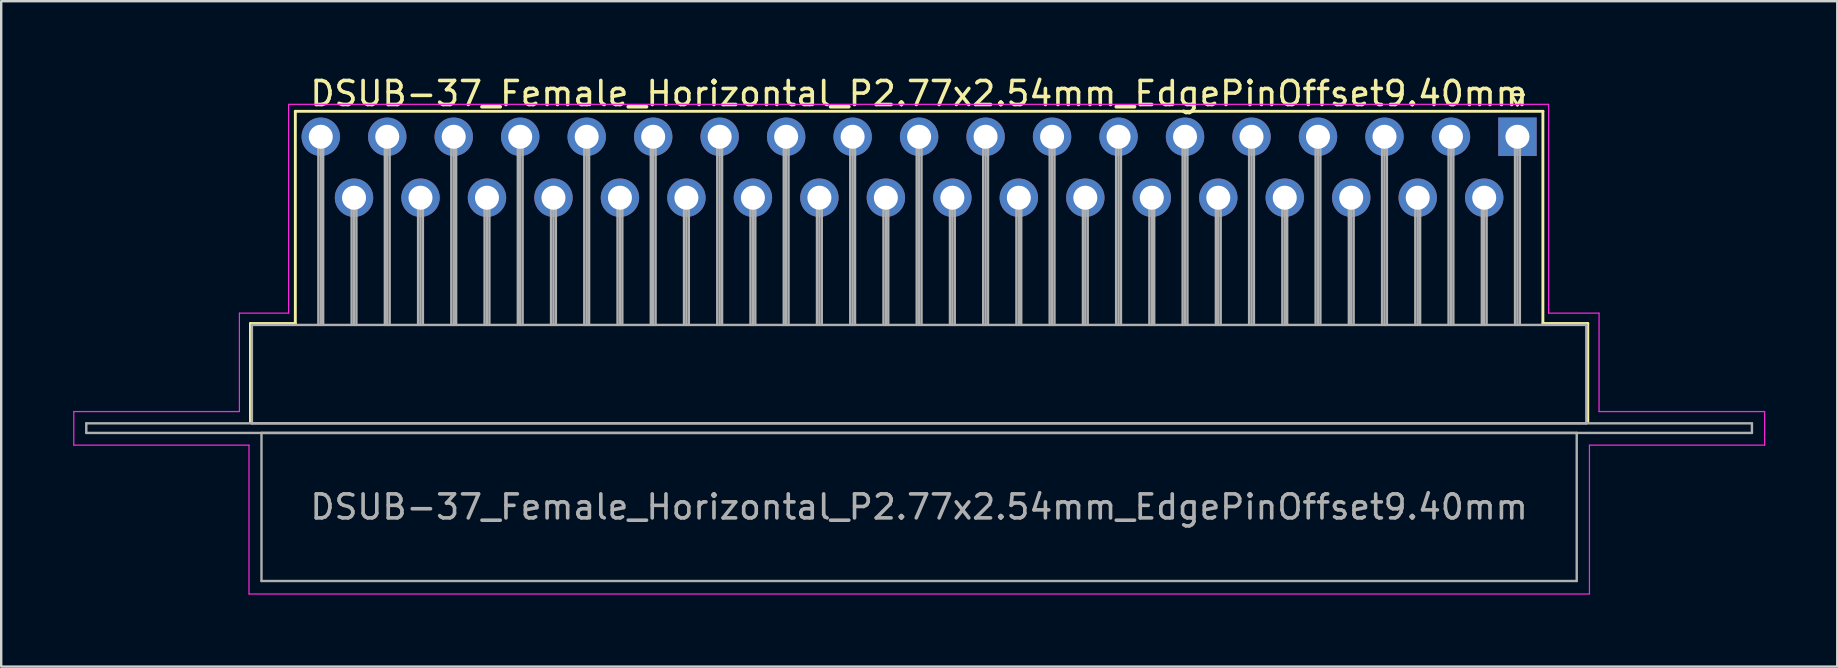
<source format=kicad_pcb>
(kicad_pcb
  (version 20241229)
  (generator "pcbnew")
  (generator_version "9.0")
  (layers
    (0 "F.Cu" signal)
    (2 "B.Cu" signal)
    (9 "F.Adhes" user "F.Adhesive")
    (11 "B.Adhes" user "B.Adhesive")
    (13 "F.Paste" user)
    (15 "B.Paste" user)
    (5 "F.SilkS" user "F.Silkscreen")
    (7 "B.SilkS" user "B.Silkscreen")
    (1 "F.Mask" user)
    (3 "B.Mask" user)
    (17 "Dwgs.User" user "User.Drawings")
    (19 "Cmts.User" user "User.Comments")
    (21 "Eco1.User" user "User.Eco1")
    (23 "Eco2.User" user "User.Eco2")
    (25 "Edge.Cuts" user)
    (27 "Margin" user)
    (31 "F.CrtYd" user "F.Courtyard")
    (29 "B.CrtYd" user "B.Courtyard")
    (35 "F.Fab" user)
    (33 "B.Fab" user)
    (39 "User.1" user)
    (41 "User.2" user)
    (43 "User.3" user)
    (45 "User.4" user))
  (footprint "DSUB-37_Female_Horizontal_P2.77x2.54mm_EdgePinOffset9.40mm"
    (layer "F.Cu")
    (at 60.175 2.648)
    (property "Reference" "DSUB-37_Female_Horizontal_P2.77x2.54mm_EdgePinOffset9.40mm" (at -24.93 -1.8 0) (layer "F.SilkS") (effects (font (size 1 1) (thickness 0.15))))
    (attr through_hole)
    (fp_line (start -52.79 7.78) (end -50.92 7.78) (stroke (width 0.12) (type solid)) (layer "F.SilkS"))
    (fp_line (start -52.79 11.88) (end -52.79 7.78) (stroke (width 0.12) (type solid)) (layer "F.SilkS"))
    (fp_line (start -50.92 -1.06) (end 1.06 -1.06) (stroke (width 0.12) (type solid)) (layer "F.SilkS"))
    (fp_line (start -50.92 7.78) (end -50.92 -1.06) (stroke (width 0.12) (type solid)) (layer "F.SilkS"))
    (fp_line (start -0.25 -1.754) (end 0.25 -1.754) (stroke (width 0.12) (type solid)) (layer "F.SilkS"))
    (fp_line (start 0 -1.321) (end -0.25 -1.754) (stroke (width 0.12) (type solid)) (layer "F.SilkS"))
    (fp_line (start 0.25 -1.754) (end 0 -1.321) (stroke (width 0.12) (type solid)) (layer "F.SilkS"))
    (fp_line (start 1.06 -1.06) (end 1.06 7.78) (stroke (width 0.12) (type solid)) (layer "F.SilkS"))
    (fp_line (start 1.06 7.78) (end 2.93 7.78) (stroke (width 0.12) (type solid)) (layer "F.SilkS"))
    (fp_line (start 2.93 7.78) (end 2.93 11.88) (stroke (width 0.12) (type solid)) (layer "F.SilkS"))
    (fp_line (start -60.15 11.45) (end -53.25 11.45) (stroke (width 0.05) (type solid)) (layer "F.CrtYd"))
    (fp_line (start -60.15 12.85) (end -60.15 11.45) (stroke (width 0.05) (type solid)) (layer "F.CrtYd"))
    (fp_line (start -53.25 7.35) (end -51.2 7.35) (stroke (width 0.05) (type solid)) (layer "F.CrtYd"))
    (fp_line (start -53.25 11.45) (end -53.25 7.35) (stroke (width 0.05) (type solid)) (layer "F.CrtYd"))
    (fp_line (start -52.85 12.85) (end -60.15 12.85) (stroke (width 0.05) (type solid)) (layer "F.CrtYd"))
    (fp_line (start -52.85 19.05) (end -52.85 12.85) (stroke (width 0.05) (type solid)) (layer "F.CrtYd"))
    (fp_line (start -51.2 -1.35) (end 1.3 -1.35) (stroke (width 0.05) (type solid)) (layer "F.CrtYd"))
    (fp_line (start -51.2 7.35) (end -51.2 -1.35) (stroke (width 0.05) (type solid)) (layer "F.CrtYd"))
    (fp_line (start 1.3 -1.35) (end 1.3 7.35) (stroke (width 0.05) (type solid)) (layer "F.CrtYd"))
    (fp_line (start 1.3 7.35) (end 3.4 7.35) (stroke (width 0.05) (type solid)) (layer "F.CrtYd"))
    (fp_line (start 3 12.85) (end 3 19.05) (stroke (width 0.05) (type solid)) (layer "F.CrtYd"))
    (fp_line (start 3 19.05) (end -52.85 19.05) (stroke (width 0.05) (type solid)) (layer "F.CrtYd"))
    (fp_line (start 3.4 7.35) (end 3.4 11.45) (stroke (width 0.05) (type solid)) (layer "F.CrtYd"))
    (fp_line (start 3.4 11.45) (end 10.3 11.45) (stroke (width 0.05) (type solid)) (layer "F.CrtYd"))
    (fp_line (start 10.3 11.45) (end 10.3 12.85) (stroke (width 0.05) (type solid)) (layer "F.CrtYd"))
    (fp_line (start 10.3 12.85) (end 3 12.85) (stroke (width 0.05) (type solid)) (layer "F.CrtYd"))
    (fp_line (start -59.63 11.94) (end -59.63 12.34) (stroke (width 0.1) (type solid)) (layer "F.Fab"))
    (fp_line (start -59.63 12.34) (end 9.77 12.34) (stroke (width 0.1) (type solid)) (layer "F.Fab"))
    (fp_line (start -52.73 7.84) (end -52.73 11.94) (stroke (width 0.1) (type solid)) (layer "F.Fab"))
    (fp_line (start -52.73 11.94) (end 2.87 11.94) (stroke (width 0.1) (type solid)) (layer "F.Fab"))
    (fp_line (start -52.33 12.34) (end -52.33 18.51) (stroke (width 0.1) (type solid)) (layer "F.Fab"))
    (fp_line (start -52.33 18.51) (end 2.47 18.51) (stroke (width 0.1) (type solid)) (layer "F.Fab"))
    (fp_line (start -49.96 0) (end -49.96 7.84) (stroke (width 0.1) (type solid)) (layer "F.Fab"))
    (fp_line (start -49.86 0) (end -49.86 7.84) (stroke (width 0.1) (type solid)) (layer "F.Fab"))
    (fp_line (start -49.76 0) (end -49.76 7.84) (stroke (width 0.1) (type solid)) (layer "F.Fab"))
    (fp_line (start -48.575 2.54) (end -48.575 7.84) (stroke (width 0.1) (type solid)) (layer "F.Fab"))
    (fp_line (start -48.475 2.54) (end -48.475 7.84) (stroke (width 0.1) (type solid)) (layer "F.Fab"))
    (fp_line (start -48.375 2.54) (end -48.375 7.84) (stroke (width 0.1) (type solid)) (layer "F.Fab"))
    (fp_line (start -47.19 0) (end -47.19 7.84) (stroke (width 0.1) (type solid)) (layer "F.Fab"))
    (fp_line (start -47.09 0) (end -47.09 7.84) (stroke (width 0.1) (type solid)) (layer "F.Fab"))
    (fp_line (start -46.99 0) (end -46.99 7.84) (stroke (width 0.1) (type solid)) (layer "F.Fab"))
    (fp_line (start -45.805 2.54) (end -45.805 7.84) (stroke (width 0.1) (type solid)) (layer "F.Fab"))
    (fp_line (start -45.705 2.54) (end -45.705 7.84) (stroke (width 0.1) (type solid)) (layer "F.Fab"))
    (fp_line (start -45.605 2.54) (end -45.605 7.84) (stroke (width 0.1) (type solid)) (layer "F.Fab"))
    (fp_line (start -44.42 0) (end -44.42 7.84) (stroke (width 0.1) (type solid)) (layer "F.Fab"))
    (fp_line (start -44.32 0) (end -44.32 7.84) (stroke (width 0.1) (type solid)) (layer "F.Fab"))
    (fp_line (start -44.22 0) (end -44.22 7.84) (stroke (width 0.1) (type solid)) (layer "F.Fab"))
    (fp_line (start -43.035 2.54) (end -43.035 7.84) (stroke (width 0.1) (type solid)) (layer "F.Fab"))
    (fp_line (start -42.935 2.54) (end -42.935 7.84) (stroke (width 0.1) (type solid)) (layer "F.Fab"))
    (fp_line (start -42.835 2.54) (end -42.835 7.84) (stroke (width 0.1) (type solid)) (layer "F.Fab"))
    (fp_line (start -41.65 0) (end -41.65 7.84) (stroke (width 0.1) (type solid)) (layer "F.Fab"))
    (fp_line (start -41.55 0) (end -41.55 7.84) (stroke (width 0.1) (type solid)) (layer "F.Fab"))
    (fp_line (start -41.45 0) (end -41.45 7.84) (stroke (width 0.1) (type solid)) (layer "F.Fab"))
    (fp_line (start -40.265 2.54) (end -40.265 7.84) (stroke (width 0.1) (type solid)) (layer "F.Fab"))
    (fp_line (start -40.165 2.54) (end -40.165 7.84) (stroke (width 0.1) (type solid)) (layer "F.Fab"))
    (fp_line (start -40.065 2.54) (end -40.065 7.84) (stroke (width 0.1) (type solid)) (layer "F.Fab"))
    (fp_line (start -38.88 0) (end -38.88 7.84) (stroke (width 0.1) (type solid)) (layer "F.Fab"))
    (fp_line (start -38.78 0) (end -38.78 7.84) (stroke (width 0.1) (type solid)) (layer "F.Fab"))
    (fp_line (start -38.68 0) (end -38.68 7.84) (stroke (width 0.1) (type solid)) (layer "F.Fab"))
    (fp_line (start -37.495 2.54) (end -37.495 7.84) (stroke (width 0.1) (type solid)) (layer "F.Fab"))
    (fp_line (start -37.395 2.54) (end -37.395 7.84) (stroke (width 0.1) (type solid)) (layer "F.Fab"))
    (fp_line (start -37.295 2.54) (end -37.295 7.84) (stroke (width 0.1) (type solid)) (layer "F.Fab"))
    (fp_line (start -36.11 0) (end -36.11 7.84) (stroke (width 0.1) (type solid)) (layer "F.Fab"))
    (fp_line (start -36.01 0) (end -36.01 7.84) (stroke (width 0.1) (type solid)) (layer "F.Fab"))
    (fp_line (start -35.91 0) (end -35.91 7.84) (stroke (width 0.1) (type solid)) (layer "F.Fab"))
    (fp_line (start -34.725 2.54) (end -34.725 7.84) (stroke (width 0.1) (type solid)) (layer "F.Fab"))
    (fp_line (start -34.625 2.54) (end -34.625 7.84) (stroke (width 0.1) (type solid)) (layer "F.Fab"))
    (fp_line (start -34.525 2.54) (end -34.525 7.84) (stroke (width 0.1) (type solid)) (layer "F.Fab"))
    (fp_line (start -33.34 0) (end -33.34 7.84) (stroke (width 0.1) (type solid)) (layer "F.Fab"))
    (fp_line (start -33.24 0) (end -33.24 7.84) (stroke (width 0.1) (type solid)) (layer "F.Fab"))
    (fp_line (start -33.14 0) (end -33.14 7.84) (stroke (width 0.1) (type solid)) (layer "F.Fab"))
    (fp_line (start -31.955 2.54) (end -31.955 7.84) (stroke (width 0.1) (type solid)) (layer "F.Fab"))
    (fp_line (start -31.855 2.54) (end -31.855 7.84) (stroke (width 0.1) (type solid)) (layer "F.Fab"))
    (fp_line (start -31.755 2.54) (end -31.755 7.84) (stroke (width 0.1) (type solid)) (layer "F.Fab"))
    (fp_line (start -30.57 0) (end -30.57 7.84) (stroke (width 0.1) (type solid)) (layer "F.Fab"))
    (fp_line (start -30.47 0) (end -30.47 7.84) (stroke (width 0.1) (type solid)) (layer "F.Fab"))
    (fp_line (start -30.37 0) (end -30.37 7.84) (stroke (width 0.1) (type solid)) (layer "F.Fab"))
    (fp_line (start -29.185 2.54) (end -29.185 7.84) (stroke (width 0.1) (type solid)) (layer "F.Fab"))
    (fp_line (start -29.085 2.54) (end -29.085 7.84) (stroke (width 0.1) (type solid)) (layer "F.Fab"))
    (fp_line (start -28.985 2.54) (end -28.985 7.84) (stroke (width 0.1) (type solid)) (layer "F.Fab"))
    (fp_line (start -27.8 0) (end -27.8 7.84) (stroke (width 0.1) (type solid)) (layer "F.Fab"))
    (fp_line (start -27.7 0) (end -27.7 7.84) (stroke (width 0.1) (type solid)) (layer "F.Fab"))
    (fp_line (start -27.6 0) (end -27.6 7.84) (stroke (width 0.1) (type solid)) (layer "F.Fab"))
    (fp_line (start -26.415 2.54) (end -26.415 7.84) (stroke (width 0.1) (type solid)) (layer "F.Fab"))
    (fp_line (start -26.315 2.54) (end -26.315 7.84) (stroke (width 0.1) (type solid)) (layer "F.Fab"))
    (fp_line (start -26.215 2.54) (end -26.215 7.84) (stroke (width 0.1) (type solid)) (layer "F.Fab"))
    (fp_line (start -25.03 0) (end -25.03 7.84) (stroke (width 0.1) (type solid)) (layer "F.Fab"))
    (fp_line (start -24.93 0) (end -24.93 7.84) (stroke (width 0.1) (type solid)) (layer "F.Fab"))
    (fp_line (start -24.83 0) (end -24.83 7.84) (stroke (width 0.1) (type solid)) (layer "F.Fab"))
    (fp_line (start -23.645 2.54) (end -23.645 7.84) (stroke (width 0.1) (type solid)) (layer "F.Fab"))
    (fp_line (start -23.545 2.54) (end -23.545 7.84) (stroke (width 0.1) (type solid)) (layer "F.Fab"))
    (fp_line (start -23.445 2.54) (end -23.445 7.84) (stroke (width 0.1) (type solid)) (layer "F.Fab"))
    (fp_line (start -22.26 0) (end -22.26 7.84) (stroke (width 0.1) (type solid)) (layer "F.Fab"))
    (fp_line (start -22.16 0) (end -22.16 7.84) (stroke (width 0.1) (type solid)) (layer "F.Fab"))
    (fp_line (start -22.06 0) (end -22.06 7.84) (stroke (width 0.1) (type solid)) (layer "F.Fab"))
    (fp_line (start -20.875 2.54) (end -20.875 7.84) (stroke (width 0.1) (type solid)) (layer "F.Fab"))
    (fp_line (start -20.775 2.54) (end -20.775 7.84) (stroke (width 0.1) (type solid)) (layer "F.Fab"))
    (fp_line (start -20.675 2.54) (end -20.675 7.84) (stroke (width 0.1) (type solid)) (layer "F.Fab"))
    (fp_line (start -19.49 0) (end -19.49 7.84) (stroke (width 0.1) (type solid)) (layer "F.Fab"))
    (fp_line (start -19.39 0) (end -19.39 7.84) (stroke (width 0.1) (type solid)) (layer "F.Fab"))
    (fp_line (start -19.29 0) (end -19.29 7.84) (stroke (width 0.1) (type solid)) (layer "F.Fab"))
    (fp_line (start -18.105 2.54) (end -18.105 7.84) (stroke (width 0.1) (type solid)) (layer "F.Fab"))
    (fp_line (start -18.005 2.54) (end -18.005 7.84) (stroke (width 0.1) (type solid)) (layer "F.Fab"))
    (fp_line (start -17.905 2.54) (end -17.905 7.84) (stroke (width 0.1) (type solid)) (layer "F.Fab"))
    (fp_line (start -16.72 0) (end -16.72 7.84) (stroke (width 0.1) (type solid)) (layer "F.Fab"))
    (fp_line (start -16.62 0) (end -16.62 7.84) (stroke (width 0.1) (type solid)) (layer "F.Fab"))
    (fp_line (start -16.52 0) (end -16.52 7.84) (stroke (width 0.1) (type solid)) (layer "F.Fab"))
    (fp_line (start -15.335 2.54) (end -15.335 7.84) (stroke (width 0.1) (type solid)) (layer "F.Fab"))
    (fp_line (start -15.235 2.54) (end -15.235 7.84) (stroke (width 0.1) (type solid)) (layer "F.Fab"))
    (fp_line (start -15.135 2.54) (end -15.135 7.84) (stroke (width 0.1) (type solid)) (layer "F.Fab"))
    (fp_line (start -13.95 0) (end -13.95 7.84) (stroke (width 0.1) (type solid)) (layer "F.Fab"))
    (fp_line (start -13.85 0) (end -13.85 7.84) (stroke (width 0.1) (type solid)) (layer "F.Fab"))
    (fp_line (start -13.75 0) (end -13.75 7.84) (stroke (width 0.1) (type solid)) (layer "F.Fab"))
    (fp_line (start -12.565 2.54) (end -12.565 7.84) (stroke (width 0.1) (type solid)) (layer "F.Fab"))
    (fp_line (start -12.465 2.54) (end -12.465 7.84) (stroke (width 0.1) (type solid)) (layer "F.Fab"))
    (fp_line (start -12.365 2.54) (end -12.365 7.84) (stroke (width 0.1) (type solid)) (layer "F.Fab"))
    (fp_line (start -11.18 0) (end -11.18 7.84) (stroke (width 0.1) (type solid)) (layer "F.Fab"))
    (fp_line (start -11.08 0) (end -11.08 7.84) (stroke (width 0.1) (type solid)) (layer "F.Fab"))
    (fp_line (start -10.98 0) (end -10.98 7.84) (stroke (width 0.1) (type solid)) (layer "F.Fab"))
    (fp_line (start -9.795 2.54) (end -9.795 7.84) (stroke (width 0.1) (type solid)) (layer "F.Fab"))
    (fp_line (start -9.695 2.54) (end -9.695 7.84) (stroke (width 0.1) (type solid)) (layer "F.Fab"))
    (fp_line (start -9.595 2.54) (end -9.595 7.84) (stroke (width 0.1) (type solid)) (layer "F.Fab"))
    (fp_line (start -8.41 0) (end -8.41 7.84) (stroke (width 0.1) (type solid)) (layer "F.Fab"))
    (fp_line (start -8.31 0) (end -8.31 7.84) (stroke (width 0.1) (type solid)) (layer "F.Fab"))
    (fp_line (start -8.21 0) (end -8.21 7.84) (stroke (width 0.1) (type solid)) (layer "F.Fab"))
    (fp_line (start -7.025 2.54) (end -7.025 7.84) (stroke (width 0.1) (type solid)) (layer "F.Fab"))
    (fp_line (start -6.925 2.54) (end -6.925 7.84) (stroke (width 0.1) (type solid)) (layer "F.Fab"))
    (fp_line (start -6.825 2.54) (end -6.825 7.84) (stroke (width 0.1) (type solid)) (layer "F.Fab"))
    (fp_line (start -5.64 0) (end -5.64 7.84) (stroke (width 0.1) (type solid)) (layer "F.Fab"))
    (fp_line (start -5.54 0) (end -5.54 7.84) (stroke (width 0.1) (type solid)) (layer "F.Fab"))
    (fp_line (start -5.44 0) (end -5.44 7.84) (stroke (width 0.1) (type solid)) (layer "F.Fab"))
    (fp_line (start -4.255 2.54) (end -4.255 7.84) (stroke (width 0.1) (type solid)) (layer "F.Fab"))
    (fp_line (start -4.155 2.54) (end -4.155 7.84) (stroke (width 0.1) (type solid)) (layer "F.Fab"))
    (fp_line (start -4.055 2.54) (end -4.055 7.84) (stroke (width 0.1) (type solid)) (layer "F.Fab"))
    (fp_line (start -2.87 0) (end -2.87 7.84) (stroke (width 0.1) (type solid)) (layer "F.Fab"))
    (fp_line (start -2.77 0) (end -2.77 7.84) (stroke (width 0.1) (type solid)) (layer "F.Fab"))
    (fp_line (start -2.67 0) (end -2.67 7.84) (stroke (width 0.1) (type solid)) (layer "F.Fab"))
    (fp_line (start -1.485 2.54) (end -1.485 7.84) (stroke (width 0.1) (type solid)) (layer "F.Fab"))
    (fp_line (start -1.385 2.54) (end -1.385 7.84) (stroke (width 0.1) (type solid)) (layer "F.Fab"))
    (fp_line (start -1.285 2.54) (end -1.285 7.84) (stroke (width 0.1) (type solid)) (layer "F.Fab"))
    (fp_line (start -0.1 0) (end -0.1 7.84) (stroke (width 0.1) (type solid)) (layer "F.Fab"))
    (fp_line (start 0 0) (end 0 7.84) (stroke (width 0.1) (type solid)) (layer "F.Fab"))
    (fp_line (start 0.1 0) (end 0.1 7.84) (stroke (width 0.1) (type solid)) (layer "F.Fab"))
    (fp_line (start 2.47 12.34) (end -52.33 12.34) (stroke (width 0.1) (type solid)) (layer "F.Fab"))
    (fp_line (start 2.47 18.51) (end 2.47 12.34) (stroke (width 0.1) (type solid)) (layer "F.Fab"))
    (fp_line (start 2.87 7.84) (end -52.73 7.84) (stroke (width 0.1) (type solid)) (layer "F.Fab"))
    (fp_line (start 2.87 11.94) (end 2.87 7.84) (stroke (width 0.1) (type solid)) (layer "F.Fab"))
    (fp_line (start 9.77 11.94) (end -59.63 11.94) (stroke (width 0.1) (type solid)) (layer "F.Fab"))
    (fp_line (start 9.77 12.34) (end 9.77 11.94) (stroke (width 0.1) (type solid)) (layer "F.Fab"))
    (fp_text user "${REFERENCE}" (at -24.93 15.425 0) (layer "F.Fab") (effects (font (size 1 1) (thickness 0.15))))
    (pad "1" thru_hole rect (at 0 0) (size 1.6 1.6) (drill 1) (layers "*.Cu" "*.Mask"))
    (pad "2" thru_hole circle (at -2.77 0) (size 1.6 1.6) (drill 1) (layers "*.Cu" "*.Mask"))
    (pad "3" thru_hole circle (at -5.54 0) (size 1.6 1.6) (drill 1) (layers "*.Cu" "*.Mask"))
    (pad "4" thru_hole circle (at -8.31 0) (size 1.6 1.6) (drill 1) (layers "*.Cu" "*.Mask"))
    (pad "5" thru_hole circle (at -11.08 0) (size 1.6 1.6) (drill 1) (layers "*.Cu" "*.Mask"))
    (pad "6" thru_hole circle (at -13.85 0) (size 1.6 1.6) (drill 1) (layers "*.Cu" "*.Mask"))
    (pad "7" thru_hole circle (at -16.62 0) (size 1.6 1.6) (drill 1) (layers "*.Cu" "*.Mask"))
    (pad "8" thru_hole circle (at -19.39 0) (size 1.6 1.6) (drill 1) (layers "*.Cu" "*.Mask"))
    (pad "9" thru_hole circle (at -22.16 0) (size 1.6 1.6) (drill 1) (layers "*.Cu" "*.Mask"))
    (pad "10" thru_hole circle (at -24.93 0) (size 1.6 1.6) (drill 1) (layers "*.Cu" "*.Mask"))
    (pad "11" thru_hole circle (at -27.7 0) (size 1.6 1.6) (drill 1) (layers "*.Cu" "*.Mask"))
    (pad "12" thru_hole circle (at -30.47 0) (size 1.6 1.6) (drill 1) (layers "*.Cu" "*.Mask"))
    (pad "13" thru_hole circle (at -33.24 0) (size 1.6 1.6) (drill 1) (layers "*.Cu" "*.Mask"))
    (pad "14" thru_hole circle (at -36.01 0) (size 1.6 1.6) (drill 1) (layers "*.Cu" "*.Mask"))
    (pad "15" thru_hole circle (at -38.78 0) (size 1.6 1.6) (drill 1) (layers "*.Cu" "*.Mask"))
    (pad "16" thru_hole circle (at -41.55 0) (size 1.6 1.6) (drill 1) (layers "*.Cu" "*.Mask"))
    (pad "17" thru_hole circle (at -44.32 0) (size 1.6 1.6) (drill 1) (layers "*.Cu" "*.Mask"))
    (pad "18" thru_hole circle (at -47.09 0) (size 1.6 1.6) (drill 1) (layers "*.Cu" "*.Mask"))
    (pad "19" thru_hole circle (at -49.86 0) (size 1.6 1.6) (drill 1) (layers "*.Cu" "*.Mask"))
    (pad "20" thru_hole circle (at -1.385 2.54) (size 1.6 1.6) (drill 1) (layers "*.Cu" "*.Mask"))
    (pad "21" thru_hole circle (at -4.155 2.54) (size 1.6 1.6) (drill 1) (layers "*.Cu" "*.Mask"))
    (pad "22" thru_hole circle (at -6.925 2.54) (size 1.6 1.6) (drill 1) (layers "*.Cu" "*.Mask"))
    (pad "23" thru_hole circle (at -9.695 2.54) (size 1.6 1.6) (drill 1) (layers "*.Cu" "*.Mask"))
    (pad "24" thru_hole circle (at -12.465 2.54) (size 1.6 1.6) (drill 1) (layers "*.Cu" "*.Mask"))
    (pad "25" thru_hole circle (at -15.235 2.54) (size 1.6 1.6) (drill 1) (layers "*.Cu" "*.Mask"))
    (pad "26" thru_hole circle (at -18.005 2.54) (size 1.6 1.6) (drill 1) (layers "*.Cu" "*.Mask"))
    (pad "27" thru_hole circle (at -20.775 2.54) (size 1.6 1.6) (drill 1) (layers "*.Cu" "*.Mask"))
    (pad "28" thru_hole circle (at -23.545 2.54) (size 1.6 1.6) (drill 1) (layers "*.Cu" "*.Mask"))
    (pad "29" thru_hole circle (at -26.315 2.54) (size 1.6 1.6) (drill 1) (layers "*.Cu" "*.Mask"))
    (pad "30" thru_hole circle (at -29.085 2.54) (size 1.6 1.6) (drill 1) (layers "*.Cu" "*.Mask"))
    (pad "31" thru_hole circle (at -31.855 2.54) (size 1.6 1.6) (drill 1) (layers "*.Cu" "*.Mask"))
    (pad "32" thru_hole circle (at -34.625 2.54) (size 1.6 1.6) (drill 1) (layers "*.Cu" "*.Mask"))
    (pad "33" thru_hole circle (at -37.395 2.54) (size 1.6 1.6) (drill 1) (layers "*.Cu" "*.Mask"))
    (pad "34" thru_hole circle (at -40.165 2.54) (size 1.6 1.6) (drill 1) (layers "*.Cu" "*.Mask"))
    (pad "35" thru_hole circle (at -42.935 2.54) (size 1.6 1.6) (drill 1) (layers "*.Cu" "*.Mask"))
    (pad "36" thru_hole circle (at -45.705 2.54) (size 1.6 1.6) (drill 1) (layers "*.Cu" "*.Mask"))
    (pad "37" thru_hole circle (at -48.475 2.54) (size 1.6 1.6) (drill 1) (layers "*.Cu" "*.Mask")))
  (gr_rect
    (start -3 -3)
    (end 73.5 24.723)
    (stroke (width 0.1) (type default))
    (fill no)
    (layer "Edge.Cuts")))
</source>
